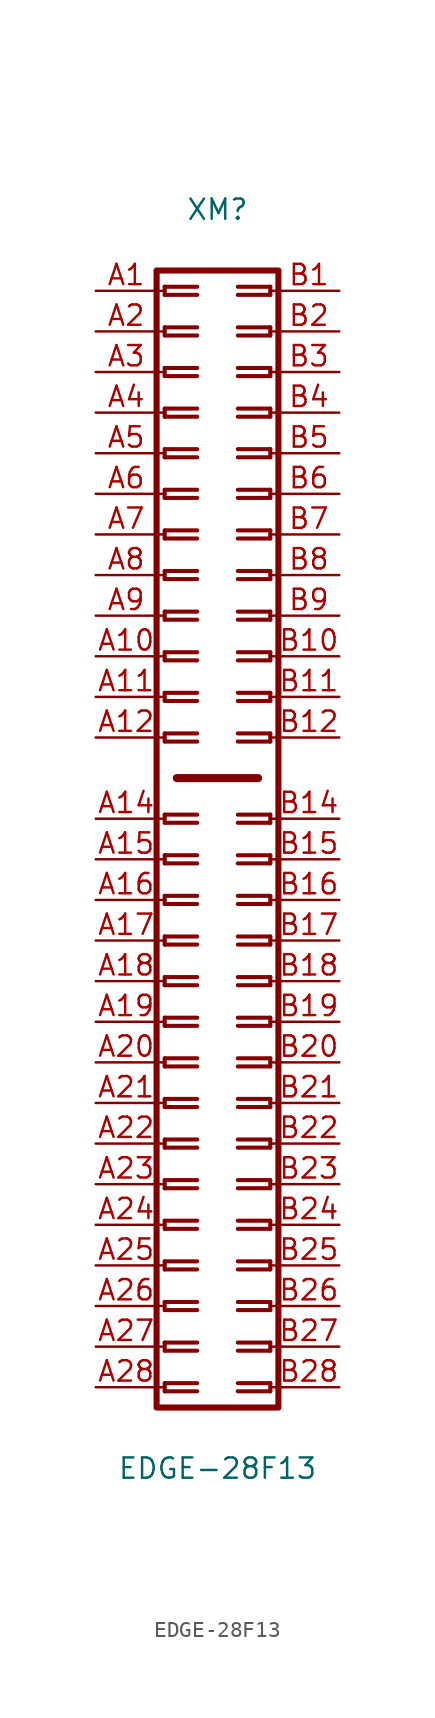
<source format=kicad_sym>
(kicad_symbol_lib
  (version 20231120)
  (generator "kicad_symbol_editor")
  (generator_version "8.0")
  (symbol "EDGE-28F13"
    (pin_names
      (offset 1.016))
    (property "Reference" "XM"
      (at 0 39.37 0)
      (effects (font (size 1.27 1.27))))
    (property "Value" "EDGE-28F13"
      (at 0 -39.37 0)
      (effects (font (size 1.27 1.27))))
    (symbol "EDGE-28F13_0_0"
      (polyline (pts (xy -2.54 3.81) (xy 2.54 3.81)) (stroke (width 0.508) (type default)) (fill (type none))))
    (symbol "EDGE-28F13_0_1"
      (rectangle (start -3.81 35.56) (end 3.81 -35.56) (stroke (width 0.381) (type default)) (fill (type none)))
      (polyline (pts (xy -3.81 -34.29) (xy -3.302 -34.29)) (stroke (width 0) (type default)) (fill (type none)))
      (polyline (pts (xy -3.81 -31.75) (xy -3.302 -31.75)) (stroke (width 0) (type default)) (fill (type none)))
      (polyline (pts (xy -3.81 -29.21) (xy -3.302 -29.21)) (stroke (width 0) (type default)) (fill (type none)))
      (polyline (pts (xy -3.81 -26.67) (xy -3.302 -26.67)) (stroke (width 0) (type default)) (fill (type none)))
      (polyline (pts (xy -3.81 -24.13) (xy -3.302 -24.13)) (stroke (width 0) (type default)) (fill (type none)))
      (polyline (pts (xy -3.81 -21.59) (xy -3.302 -21.59)) (stroke (width 0) (type default)) (fill (type none)))
      (polyline (pts (xy -3.81 -19.05) (xy -3.302 -19.05)) (stroke (width 0) (type default)) (fill (type none)))
      (polyline (pts (xy -3.81 -16.51) (xy -3.302 -16.51)) (stroke (width 0) (type default)) (fill (type none)))
      (polyline (pts (xy -3.81 -13.97) (xy -3.302 -13.97)) (stroke (width 0) (type default)) (fill (type none)))
      (polyline (pts (xy -3.81 -11.43) (xy -3.302 -11.43)) (stroke (width 0) (type default)) (fill (type none)))
      (polyline (pts (xy -3.81 -8.89) (xy -3.302 -8.89)) (stroke (width 0) (type default)) (fill (type none)))
      (polyline (pts (xy -3.81 -6.35) (xy -3.302 -6.35)) (stroke (width 0) (type default)) (fill (type none)))
      (polyline (pts (xy -3.81 -3.81) (xy -3.302 -3.81)) (stroke (width 0) (type default)) (fill (type none)))
      (polyline (pts (xy -3.81 -1.27) (xy -3.302 -1.27)) (stroke (width 0) (type default)) (fill (type none)))
      (polyline (pts (xy -3.81 1.27) (xy -3.302 1.27)) (stroke (width 0) (type default)) (fill (type none)))
      (polyline (pts (xy -3.81 6.35) (xy -3.302 6.35)) (stroke (width 0) (type default)) (fill (type none)))
      (polyline (pts (xy -3.81 8.89) (xy -3.302 8.89)) (stroke (width 0) (type default)) (fill (type none)))
      (polyline (pts (xy -3.81 11.43) (xy -3.302 11.43)) (stroke (width 0) (type default)) (fill (type none)))
      (polyline (pts (xy -3.81 13.97) (xy -3.302 13.97)) (stroke (width 0) (type default)) (fill (type none)))
      (polyline (pts (xy -3.81 16.51) (xy -3.302 16.51)) (stroke (width 0) (type default)) (fill (type none)))
      (polyline (pts (xy -3.81 19.05) (xy -3.302 19.05)) (stroke (width 0) (type default)) (fill (type none)))
      (polyline (pts (xy -3.81 21.59) (xy -3.302 21.59)) (stroke (width 0) (type default)) (fill (type none)))
      (polyline (pts (xy -3.81 24.13) (xy -3.302 24.13)) (stroke (width 0) (type default)) (fill (type none)))
      (polyline (pts (xy -3.81 26.67) (xy -3.302 26.67)) (stroke (width 0) (type default)) (fill (type none)))
      (polyline (pts (xy -3.81 29.21) (xy -3.302 29.21)) (stroke (width 0) (type default)) (fill (type none)))
      (polyline (pts (xy -3.81 31.75) (xy -3.302 31.75)) (stroke (width 0) (type default)) (fill (type none)))
      (polyline (pts (xy -3.81 34.29) (xy -3.302 34.29)) (stroke (width 0) (type default)) (fill (type none)))
      (polyline (pts (xy -3.302 -34.544) (xy -3.302 -34.036)) (stroke (width 0.254) (type default)) (fill (type none)))
      (polyline (pts (xy -3.302 -34.544) (xy -1.27 -34.544)) (stroke (width 0.254) (type default)) (fill (type none)))
      (polyline (pts (xy -3.302 -34.036) (xy -1.27 -34.036)) (stroke (width 0.254) (type default)) (fill (type none)))
      (polyline (pts (xy -3.302 -32.004) (xy -3.302 -31.496)) (stroke (width 0.254) (type default)) (fill (type none)))
      (polyline (pts (xy -3.302 -32.004) (xy -1.27 -32.004)) (stroke (width 0.254) (type default)) (fill (type none)))
      (polyline (pts (xy -3.302 -31.496) (xy -1.27 -31.496)) (stroke (width 0.254) (type default)) (fill (type none)))
      (polyline (pts (xy -3.302 -29.464) (xy -3.302 -28.956)) (stroke (width 0.254) (type default)) (fill (type none)))
      (polyline (pts (xy -3.302 -29.464) (xy -1.27 -29.464)) (stroke (width 0.254) (type default)) (fill (type none)))
      (polyline (pts (xy -3.302 -28.956) (xy -1.27 -28.956)) (stroke (width 0.254) (type default)) (fill (type none)))
      (polyline (pts (xy -3.302 -26.924) (xy -3.302 -26.416)) (stroke (width 0.254) (type default)) (fill (type none)))
      (polyline (pts (xy -3.302 -26.924) (xy -1.27 -26.924)) (stroke (width 0.254) (type default)) (fill (type none)))
      (polyline (pts (xy -3.302 -26.416) (xy -1.27 -26.416)) (stroke (width 0.254) (type default)) (fill (type none)))
      (polyline (pts (xy -3.302 -24.384) (xy -3.302 -23.876)) (stroke (width 0.254) (type default)) (fill (type none)))
      (polyline (pts (xy -3.302 -24.384) (xy -1.27 -24.384)) (stroke (width 0.254) (type default)) (fill (type none)))
      (polyline (pts (xy -3.302 -23.876) (xy -1.27 -23.876)) (stroke (width 0.254) (type default)) (fill (type none)))
      (polyline (pts (xy -3.302 -21.844) (xy -3.302 -21.336)) (stroke (width 0.254) (type default)) (fill (type none)))
      (polyline (pts (xy -3.302 -21.844) (xy -1.27 -21.844)) (stroke (width 0.254) (type default)) (fill (type none)))
      (polyline (pts (xy -3.302 -21.336) (xy -1.27 -21.336)) (stroke (width 0.254) (type default)) (fill (type none)))
      (polyline (pts (xy -3.302 -19.304) (xy -3.302 -18.796)) (stroke (width 0.254) (type default)) (fill (type none)))
      (polyline (pts (xy -3.302 -19.304) (xy -1.27 -19.304)) (stroke (width 0.254) (type default)) (fill (type none)))
      (polyline (pts (xy -3.302 -18.796) (xy -1.27 -18.796)) (stroke (width 0.254) (type default)) (fill (type none)))
      (polyline (pts (xy -3.302 -16.764) (xy -3.302 -16.256)) (stroke (width 0.254) (type default)) (fill (type none)))
      (polyline (pts (xy -3.302 -16.764) (xy -1.27 -16.764)) (stroke (width 0.254) (type default)) (fill (type none)))
      (polyline (pts (xy -3.302 -16.256) (xy -1.27 -16.256)) (stroke (width 0.254) (type default)) (fill (type none)))
      (polyline (pts (xy -3.302 -14.224) (xy -3.302 -13.716)) (stroke (width 0.254) (type default)) (fill (type none)))
      (polyline (pts (xy -3.302 -14.224) (xy -1.27 -14.224)) (stroke (width 0.254) (type default)) (fill (type none)))
      (polyline (pts (xy -3.302 -13.716) (xy -1.27 -13.716)) (stroke (width 0.254) (type default)) (fill (type none)))
      (polyline (pts (xy -3.302 -11.684) (xy -3.302 -11.176)) (stroke (width 0.254) (type default)) (fill (type none)))
      (polyline (pts (xy -3.302 -11.684) (xy -1.27 -11.684)) (stroke (width 0.254) (type default)) (fill (type none)))
      (polyline (pts (xy -3.302 -11.176) (xy -1.27 -11.176)) (stroke (width 0.254) (type default)) (fill (type none)))
      (polyline (pts (xy -3.302 -9.144) (xy -3.302 -8.636)) (stroke (width 0.254) (type default)) (fill (type none)))
      (polyline (pts (xy -3.302 -9.144) (xy -1.27 -9.144)) (stroke (width 0.254) (type default)) (fill (type none)))
      (polyline (pts (xy -3.302 -8.636) (xy -1.27 -8.636)) (stroke (width 0.254) (type default)) (fill (type none)))
      (polyline (pts (xy -3.302 -6.604) (xy -3.302 -6.096)) (stroke (width 0.254) (type default)) (fill (type none)))
      (polyline (pts (xy -3.302 -6.604) (xy -1.27 -6.604)) (stroke (width 0.254) (type default)) (fill (type none)))
      (polyline (pts (xy -3.302 -6.096) (xy -1.27 -6.096)) (stroke (width 0.254) (type default)) (fill (type none)))
      (polyline (pts (xy -3.302 -4.064) (xy -3.302 -3.556)) (stroke (width 0.254) (type default)) (fill (type none)))
      (polyline (pts (xy -3.302 -4.064) (xy -1.27 -4.064)) (stroke (width 0.254) (type default)) (fill (type none)))
      (polyline (pts (xy -3.302 -3.556) (xy -1.27 -3.556)) (stroke (width 0.254) (type default)) (fill (type none)))
      (polyline (pts (xy -3.302 -1.524) (xy -3.302 -1.016)) (stroke (width 0.254) (type default)) (fill (type none)))
      (polyline (pts (xy -3.302 -1.524) (xy -1.27 -1.524)) (stroke (width 0.254) (type default)) (fill (type none)))
      (polyline (pts (xy -3.302 -1.016) (xy -1.27 -1.016)) (stroke (width 0.254) (type default)) (fill (type none)))
      (polyline (pts (xy -3.302 1.016) (xy -3.302 1.524)) (stroke (width 0.254) (type default)) (fill (type none)))
      (polyline (pts (xy -3.302 1.016) (xy -1.27 1.016)) (stroke (width 0.254) (type default)) (fill (type none)))
      (polyline (pts (xy -3.302 1.524) (xy -1.27 1.524)) (stroke (width 0.254) (type default)) (fill (type none)))
      (polyline (pts (xy -3.302 6.096) (xy -3.302 6.604)) (stroke (width 0.254) (type default)) (fill (type none)))
      (polyline (pts (xy -3.302 6.096) (xy -1.27 6.096)) (stroke (width 0.254) (type default)) (fill (type none)))
      (polyline (pts (xy -3.302 6.604) (xy -1.27 6.604)) (stroke (width 0.254) (type default)) (fill (type none)))
      (polyline (pts (xy -3.302 8.636) (xy -3.302 9.144)) (stroke (width 0.254) (type default)) (fill (type none)))
      (polyline (pts (xy -3.302 8.636) (xy -1.27 8.636)) (stroke (width 0.254) (type default)) (fill (type none)))
      (polyline (pts (xy -3.302 9.144) (xy -1.27 9.144)) (stroke (width 0.254) (type default)) (fill (type none)))
      (polyline (pts (xy -3.302 11.176) (xy -3.302 11.684)) (stroke (width 0.254) (type default)) (fill (type none)))
      (polyline (pts (xy -3.302 11.176) (xy -1.27 11.176)) (stroke (width 0.254) (type default)) (fill (type none)))
      (polyline (pts (xy -3.302 11.684) (xy -1.27 11.684)) (stroke (width 0.254) (type default)) (fill (type none)))
      (polyline (pts (xy -3.302 13.716) (xy -3.302 14.224)) (stroke (width 0.254) (type default)) (fill (type none)))
      (polyline (pts (xy -3.302 13.716) (xy -1.27 13.716)) (stroke (width 0.254) (type default)) (fill (type none)))
      (polyline (pts (xy -3.302 14.224) (xy -1.27 14.224)) (stroke (width 0.254) (type default)) (fill (type none)))
      (polyline (pts (xy -3.302 16.256) (xy -3.302 16.764)) (stroke (width 0.254) (type default)) (fill (type none)))
      (polyline (pts (xy -3.302 16.256) (xy -1.27 16.256)) (stroke (width 0.254) (type default)) (fill (type none)))
      (polyline (pts (xy -3.302 16.764) (xy -1.27 16.764)) (stroke (width 0.254) (type default)) (fill (type none)))
      (polyline (pts (xy -3.302 18.796) (xy -3.302 19.304)) (stroke (width 0.254) (type default)) (fill (type none)))
      (polyline (pts (xy -3.302 18.796) (xy -1.27 18.796)) (stroke (width 0.254) (type default)) (fill (type none)))
      (polyline (pts (xy -3.302 19.304) (xy -1.27 19.304)) (stroke (width 0.254) (type default)) (fill (type none)))
      (polyline (pts (xy -3.302 21.336) (xy -3.302 21.844)) (stroke (width 0.254) (type default)) (fill (type none)))
      (polyline (pts (xy -3.302 21.336) (xy -1.27 21.336)) (stroke (width 0.254) (type default)) (fill (type none)))
      (polyline (pts (xy -3.302 21.844) (xy -1.27 21.844)) (stroke (width 0.254) (type default)) (fill (type none)))
      (polyline (pts (xy -3.302 23.876) (xy -3.302 24.384)) (stroke (width 0.254) (type default)) (fill (type none)))
      (polyline (pts (xy -3.302 23.876) (xy -1.27 23.876)) (stroke (width 0.254) (type default)) (fill (type none)))
      (polyline (pts (xy -3.302 24.384) (xy -1.27 24.384)) (stroke (width 0.254) (type default)) (fill (type none)))
      (polyline (pts (xy -3.302 26.416) (xy -3.302 26.924)) (stroke (width 0.254) (type default)) (fill (type none)))
      (polyline (pts (xy -3.302 26.416) (xy -1.27 26.416)) (stroke (width 0.254) (type default)) (fill (type none)))
      (polyline (pts (xy -3.302 26.924) (xy -1.27 26.924)) (stroke (width 0.254) (type default)) (fill (type none)))
      (polyline (pts (xy -3.302 28.956) (xy -3.302 29.464)) (stroke (width 0.254) (type default)) (fill (type none)))
      (polyline (pts (xy -3.302 28.956) (xy -1.27 28.956)) (stroke (width 0.254) (type default)) (fill (type none)))
      (polyline (pts (xy -3.302 29.464) (xy -1.27 29.464)) (stroke (width 0.254) (type default)) (fill (type none)))
      (polyline (pts (xy -3.302 31.496) (xy -3.302 32.004)) (stroke (width 0.254) (type default)) (fill (type none)))
      (polyline (pts (xy -3.302 31.496) (xy -1.27 31.496)) (stroke (width 0.254) (type default)) (fill (type none)))
      (polyline (pts (xy -3.302 32.004) (xy -1.27 32.004)) (stroke (width 0.254) (type default)) (fill (type none)))
      (polyline (pts (xy -3.302 34.036) (xy -3.302 34.544)) (stroke (width 0.254) (type default)) (fill (type none)))
      (polyline (pts (xy -3.302 34.036) (xy -1.27 34.036)) (stroke (width 0.254) (type default)) (fill (type none)))
      (polyline (pts (xy -3.302 34.544) (xy -1.27 34.544)) (stroke (width 0.254) (type default)) (fill (type none)))
      (polyline (pts (xy 3.302 -34.544) (xy 1.27 -34.544)) (stroke (width 0.254) (type default)) (fill (type none)))
      (polyline (pts (xy 3.302 -34.544) (xy 3.302 -34.036)) (stroke (width 0.254) (type default)) (fill (type none)))
      (polyline (pts (xy 3.302 -34.036) (xy 1.27 -34.036)) (stroke (width 0.254) (type default)) (fill (type none)))
      (polyline (pts (xy 3.302 -32.004) (xy 1.27 -32.004)) (stroke (width 0.254) (type default)) (fill (type none)))
      (polyline (pts (xy 3.302 -32.004) (xy 3.302 -31.496)) (stroke (width 0.254) (type default)) (fill (type none)))
      (polyline (pts (xy 3.302 -31.496) (xy 1.27 -31.496)) (stroke (width 0.254) (type default)) (fill (type none)))
      (polyline (pts (xy 3.302 -29.464) (xy 1.27 -29.464)) (stroke (width 0.254) (type default)) (fill (type none)))
      (polyline (pts (xy 3.302 -29.464) (xy 3.302 -28.956)) (stroke (width 0.254) (type default)) (fill (type none)))
      (polyline (pts (xy 3.302 -28.956) (xy 1.27 -28.956)) (stroke (width 0.254) (type default)) (fill (type none)))
      (polyline (pts (xy 3.302 -26.924) (xy 1.27 -26.924)) (stroke (width 0.254) (type default)) (fill (type none)))
      (polyline (pts (xy 3.302 -26.924) (xy 3.302 -26.416)) (stroke (width 0.254) (type default)) (fill (type none)))
      (polyline (pts (xy 3.302 -26.416) (xy 1.27 -26.416)) (stroke (width 0.254) (type default)) (fill (type none)))
      (polyline (pts (xy 3.302 -24.384) (xy 1.27 -24.384)) (stroke (width 0.254) (type default)) (fill (type none)))
      (polyline (pts (xy 3.302 -24.384) (xy 3.302 -23.876)) (stroke (width 0.254) (type default)) (fill (type none)))
      (polyline (pts (xy 3.302 -23.876) (xy 1.27 -23.876)) (stroke (width 0.254) (type default)) (fill (type none)))
      (polyline (pts (xy 3.302 -21.844) (xy 1.27 -21.844)) (stroke (width 0.254) (type default)) (fill (type none)))
      (polyline (pts (xy 3.302 -21.844) (xy 3.302 -21.336)) (stroke (width 0.254) (type default)) (fill (type none)))
      (polyline (pts (xy 3.302 -21.336) (xy 1.27 -21.336)) (stroke (width 0.254) (type default)) (fill (type none)))
      (polyline (pts (xy 3.302 -19.304) (xy 1.27 -19.304)) (stroke (width 0.254) (type default)) (fill (type none)))
      (polyline (pts (xy 3.302 -19.304) (xy 3.302 -18.796)) (stroke (width 0.254) (type default)) (fill (type none)))
      (polyline (pts (xy 3.302 -18.796) (xy 1.27 -18.796)) (stroke (width 0.254) (type default)) (fill (type none)))
      (polyline (pts (xy 3.302 -16.764) (xy 1.27 -16.764)) (stroke (width 0.254) (type default)) (fill (type none)))
      (polyline (pts (xy 3.302 -16.764) (xy 3.302 -16.256)) (stroke (width 0.254) (type default)) (fill (type none)))
      (polyline (pts (xy 3.302 -16.256) (xy 1.27 -16.256)) (stroke (width 0.254) (type default)) (fill (type none)))
      (polyline (pts (xy 3.302 -14.224) (xy 1.27 -14.224)) (stroke (width 0.254) (type default)) (fill (type none)))
      (polyline (pts (xy 3.302 -14.224) (xy 3.302 -13.716)) (stroke (width 0.254) (type default)) (fill (type none)))
      (polyline (pts (xy 3.302 -13.716) (xy 1.27 -13.716)) (stroke (width 0.254) (type default)) (fill (type none)))
      (polyline (pts (xy 3.302 -11.684) (xy 1.27 -11.684)) (stroke (width 0.254) (type default)) (fill (type none)))
      (polyline (pts (xy 3.302 -11.684) (xy 3.302 -11.176)) (stroke (width 0.254) (type default)) (fill (type none)))
      (polyline (pts (xy 3.302 -11.176) (xy 1.27 -11.176)) (stroke (width 0.254) (type default)) (fill (type none)))
      (polyline (pts (xy 3.302 -9.144) (xy 1.27 -9.144)) (stroke (width 0.254) (type default)) (fill (type none)))
      (polyline (pts (xy 3.302 -9.144) (xy 3.302 -8.636)) (stroke (width 0.254) (type default)) (fill (type none)))
      (polyline (pts (xy 3.302 -8.636) (xy 1.27 -8.636)) (stroke (width 0.254) (type default)) (fill (type none)))
      (polyline (pts (xy 3.302 -6.604) (xy 1.27 -6.604)) (stroke (width 0.254) (type default)) (fill (type none)))
      (polyline (pts (xy 3.302 -6.604) (xy 3.302 -6.096)) (stroke (width 0.254) (type default)) (fill (type none)))
      (polyline (pts (xy 3.302 -6.096) (xy 1.27 -6.096)) (stroke (width 0.254) (type default)) (fill (type none)))
      (polyline (pts (xy 3.302 -4.064) (xy 1.27 -4.064)) (stroke (width 0.254) (type default)) (fill (type none)))
      (polyline (pts (xy 3.302 -4.064) (xy 3.302 -3.556)) (stroke (width 0.254) (type default)) (fill (type none)))
      (polyline (pts (xy 3.302 -3.556) (xy 1.27 -3.556)) (stroke (width 0.254) (type default)) (fill (type none)))
      (polyline (pts (xy 3.302 -1.524) (xy 1.27 -1.524)) (stroke (width 0.254) (type default)) (fill (type none)))
      (polyline (pts (xy 3.302 -1.524) (xy 3.302 -1.016)) (stroke (width 0.254) (type default)) (fill (type none)))
      (polyline (pts (xy 3.302 -1.016) (xy 1.27 -1.016)) (stroke (width 0.254) (type default)) (fill (type none)))
      (polyline (pts (xy 3.302 1.016) (xy 1.27 1.016)) (stroke (width 0.254) (type default)) (fill (type none)))
      (polyline (pts (xy 3.302 1.016) (xy 3.302 1.524)) (stroke (width 0.254) (type default)) (fill (type none)))
      (polyline (pts (xy 3.302 1.524) (xy 1.27 1.524)) (stroke (width 0.254) (type default)) (fill (type none)))
      (polyline (pts (xy 3.302 6.096) (xy 1.27 6.096)) (stroke (width 0.254) (type default)) (fill (type none)))
      (polyline (pts (xy 3.302 6.096) (xy 3.302 6.604)) (stroke (width 0.254) (type default)) (fill (type none)))
      (polyline (pts (xy 3.302 6.604) (xy 1.27 6.604)) (stroke (width 0.254) (type default)) (fill (type none)))
      (polyline (pts (xy 3.302 8.636) (xy 1.27 8.636)) (stroke (width 0.254) (type default)) (fill (type none)))
      (polyline (pts (xy 3.302 8.636) (xy 3.302 9.144)) (stroke (width 0.254) (type default)) (fill (type none)))
      (polyline (pts (xy 3.302 9.144) (xy 1.27 9.144)) (stroke (width 0.254) (type default)) (fill (type none)))
      (polyline (pts (xy 3.302 11.176) (xy 1.27 11.176)) (stroke (width 0.254) (type default)) (fill (type none)))
      (polyline (pts (xy 3.302 11.176) (xy 3.302 11.684)) (stroke (width 0.254) (type default)) (fill (type none)))
      (polyline (pts (xy 3.302 11.684) (xy 1.27 11.684)) (stroke (width 0.254) (type default)) (fill (type none)))
      (polyline (pts (xy 3.302 13.716) (xy 1.27 13.716)) (stroke (width 0.254) (type default)) (fill (type none)))
      (polyline (pts (xy 3.302 13.716) (xy 3.302 14.224)) (stroke (width 0.254) (type default)) (fill (type none)))
      (polyline (pts (xy 3.302 14.224) (xy 1.27 14.224)) (stroke (width 0.254) (type default)) (fill (type none)))
      (polyline (pts (xy 3.302 16.256) (xy 1.27 16.256)) (stroke (width 0.254) (type default)) (fill (type none)))
      (polyline (pts (xy 3.302 16.256) (xy 3.302 16.764)) (stroke (width 0.254) (type default)) (fill (type none)))
      (polyline (pts (xy 3.302 16.764) (xy 1.27 16.764)) (stroke (width 0.254) (type default)) (fill (type none)))
      (polyline (pts (xy 3.302 18.796) (xy 1.27 18.796)) (stroke (width 0.254) (type default)) (fill (type none)))
      (polyline (pts (xy 3.302 18.796) (xy 3.302 19.304)) (stroke (width 0.254) (type default)) (fill (type none)))
      (polyline (pts (xy 3.302 19.304) (xy 1.27 19.304)) (stroke (width 0.254) (type default)) (fill (type none)))
      (polyline (pts (xy 3.302 21.336) (xy 1.27 21.336)) (stroke (width 0.254) (type default)) (fill (type none)))
      (polyline (pts (xy 3.302 21.336) (xy 3.302 21.844)) (stroke (width 0.254) (type default)) (fill (type none)))
      (polyline (pts (xy 3.302 21.844) (xy 1.27 21.844)) (stroke (width 0.254) (type default)) (fill (type none)))
      (polyline (pts (xy 3.302 23.876) (xy 1.27 23.876)) (stroke (width 0.254) (type default)) (fill (type none)))
      (polyline (pts (xy 3.302 23.876) (xy 3.302 24.384)) (stroke (width 0.254) (type default)) (fill (type none)))
      (polyline (pts (xy 3.302 24.384) (xy 1.27 24.384)) (stroke (width 0.254) (type default)) (fill (type none)))
      (polyline (pts (xy 3.302 26.416) (xy 1.27 26.416)) (stroke (width 0.254) (type default)) (fill (type none)))
      (polyline (pts (xy 3.302 26.416) (xy 3.302 26.924)) (stroke (width 0.254) (type default)) (fill (type none)))
      (polyline (pts (xy 3.302 26.924) (xy 1.27 26.924)) (stroke (width 0.254) (type default)) (fill (type none)))
      (polyline (pts (xy 3.302 28.956) (xy 1.27 28.956)) (stroke (width 0.254) (type default)) (fill (type none)))
      (polyline (pts (xy 3.302 28.956) (xy 3.302 29.464)) (stroke (width 0.254) (type default)) (fill (type none)))
      (polyline (pts (xy 3.302 29.464) (xy 1.27 29.464)) (stroke (width 0.254) (type default)) (fill (type none)))
      (polyline (pts (xy 3.302 31.496) (xy 1.27 31.496)) (stroke (width 0.254) (type default)) (fill (type none)))
      (polyline (pts (xy 3.302 31.496) (xy 3.302 32.004)) (stroke (width 0.254) (type default)) (fill (type none)))
      (polyline (pts (xy 3.302 32.004) (xy 1.27 32.004)) (stroke (width 0.254) (type default)) (fill (type none)))
      (polyline (pts (xy 3.302 34.036) (xy 1.27 34.036)) (stroke (width 0.254) (type default)) (fill (type none)))
      (polyline (pts (xy 3.302 34.036) (xy 3.302 34.544)) (stroke (width 0.254) (type default)) (fill (type none)))
      (polyline (pts (xy 3.302 34.544) (xy 1.27 34.544)) (stroke (width 0.254) (type default)) (fill (type none)))
      (polyline (pts (xy 3.81 -34.29) (xy 3.302 -34.29)) (stroke (width 0) (type default)) (fill (type none)))
      (polyline (pts (xy 3.81 -31.75) (xy 3.302 -31.75)) (stroke (width 0) (type default)) (fill (type none)))
      (polyline (pts (xy 3.81 -29.21) (xy 3.302 -29.21)) (stroke (width 0) (type default)) (fill (type none)))
      (polyline (pts (xy 3.81 -26.67) (xy 3.302 -26.67)) (stroke (width 0) (type default)) (fill (type none)))
      (polyline (pts (xy 3.81 -24.13) (xy 3.302 -24.13)) (stroke (width 0) (type default)) (fill (type none)))
      (polyline (pts (xy 3.81 -21.59) (xy 3.302 -21.59)) (stroke (width 0) (type default)) (fill (type none)))
      (polyline (pts (xy 3.81 -19.05) (xy 3.302 -19.05)) (stroke (width 0) (type default)) (fill (type none)))
      (polyline (pts (xy 3.81 -16.51) (xy 3.302 -16.51)) (stroke (width 0) (type default)) (fill (type none)))
      (polyline (pts (xy 3.81 -13.97) (xy 3.302 -13.97)) (stroke (width 0) (type default)) (fill (type none)))
      (polyline (pts (xy 3.81 -11.43) (xy 3.302 -11.43)) (stroke (width 0) (type default)) (fill (type none)))
      (polyline (pts (xy 3.81 -8.89) (xy 3.302 -8.89)) (stroke (width 0) (type default)) (fill (type none)))
      (polyline (pts (xy 3.81 -6.35) (xy 3.302 -6.35)) (stroke (width 0) (type default)) (fill (type none)))
      (polyline (pts (xy 3.81 -3.81) (xy 3.302 -3.81)) (stroke (width 0) (type default)) (fill (type none)))
      (polyline (pts (xy 3.81 -1.27) (xy 3.302 -1.27)) (stroke (width 0) (type default)) (fill (type none)))
      (polyline (pts (xy 3.81 1.27) (xy 3.302 1.27)) (stroke (width 0) (type default)) (fill (type none)))
      (polyline (pts (xy 3.81 6.35) (xy 3.302 6.35)) (stroke (width 0) (type default)) (fill (type none)))
      (polyline (pts (xy 3.81 8.89) (xy 3.302 8.89)) (stroke (width 0) (type default)) (fill (type none)))
      (polyline (pts (xy 3.81 11.43) (xy 3.302 11.43)) (stroke (width 0) (type default)) (fill (type none)))
      (polyline (pts (xy 3.81 13.97) (xy 3.302 13.97)) (stroke (width 0) (type default)) (fill (type none)))
      (polyline (pts (xy 3.81 16.51) (xy 3.302 16.51)) (stroke (width 0) (type default)) (fill (type none)))
      (polyline (pts (xy 3.81 19.05) (xy 3.302 19.05)) (stroke (width 0) (type default)) (fill (type none)))
      (polyline (pts (xy 3.81 21.59) (xy 3.302 21.59)) (stroke (width 0) (type default)) (fill (type none)))
      (polyline (pts (xy 3.81 24.13) (xy 3.302 24.13)) (stroke (width 0) (type default)) (fill (type none)))
      (polyline (pts (xy 3.81 26.67) (xy 3.302 26.67)) (stroke (width 0) (type default)) (fill (type none)))
      (polyline (pts (xy 3.81 29.21) (xy 3.302 29.21)) (stroke (width 0) (type default)) (fill (type none)))
      (polyline (pts (xy 3.81 31.75) (xy 3.302 31.75)) (stroke (width 0) (type default)) (fill (type none)))
      (polyline (pts (xy 3.81 34.29) (xy 3.302 34.29)) (stroke (width 0) (type default)) (fill (type none))))
    (symbol "EDGE-28F13_1_1"
      (pin passive line (at -7.62 34.29 0) (length 3.81) (name "~" (effects (font (size 1.27 1.27)))) (number "A1" (effects (font (size 1.27 1.27)))))
      (pin passive line (at -7.62 11.43 0) (length 3.81) (name "~" (effects (font (size 1.27 1.27)))) (number "A10" (effects (font (size 1.27 1.27)))))
      (pin passive line (at -7.62 8.89 0) (length 3.81) (name "~" (effects (font (size 1.27 1.27)))) (number "A11" (effects (font (size 1.27 1.27)))))
      (pin passive line (at -7.62 6.35 0) (length 3.81) (name "~" (effects (font (size 1.27 1.27)))) (number "A12" (effects (font (size 1.27 1.27)))))
      (pin passive line (at -7.62 1.27 0) (length 3.81) (name "~" (effects (font (size 1.27 1.27)))) (number "A14" (effects (font (size 1.27 1.27)))))
      (pin passive line (at -7.62 -1.27 0) (length 3.81) (name "~" (effects (font (size 1.27 1.27)))) (number "A15" (effects (font (size 1.27 1.27)))))
      (pin passive line (at -7.62 -3.81 0) (length 3.81) (name "~" (effects (font (size 1.27 1.27)))) (number "A16" (effects (font (size 1.27 1.27)))))
      (pin passive line (at -7.62 -6.35 0) (length 3.81) (name "~" (effects (font (size 1.27 1.27)))) (number "A17" (effects (font (size 1.27 1.27)))))
      (pin passive line (at -7.62 -8.89 0) (length 3.81) (name "~" (effects (font (size 1.27 1.27)))) (number "A18" (effects (font (size 1.27 1.27)))))
      (pin passive line (at -7.62 -11.43 0) (length 3.81) (name "~" (effects (font (size 1.27 1.27)))) (number "A19" (effects (font (size 1.27 1.27)))))
      (pin passive line (at -7.62 31.75 0) (length 3.81) (name "~" (effects (font (size 1.27 1.27)))) (number "A2" (effects (font (size 1.27 1.27)))))
      (pin passive line (at -7.62 -13.97 0) (length 3.81) (name "~" (effects (font (size 1.27 1.27)))) (number "A20" (effects (font (size 1.27 1.27)))))
      (pin passive line (at -7.62 -16.51 0) (length 3.81) (name "~" (effects (font (size 1.27 1.27)))) (number "A21" (effects (font (size 1.27 1.27)))))
      (pin passive line (at -7.62 -19.05 0) (length 3.81) (name "~" (effects (font (size 1.27 1.27)))) (number "A22" (effects (font (size 1.27 1.27)))))
      (pin passive line (at -7.62 -21.59 0) (length 3.81) (name "~" (effects (font (size 1.27 1.27)))) (number "A23" (effects (font (size 1.27 1.27)))))
      (pin passive line (at -7.62 -24.13 0) (length 3.81) (name "~" (effects (font (size 1.27 1.27)))) (number "A24" (effects (font (size 1.27 1.27)))))
      (pin passive line (at -7.62 -26.67 0) (length 3.81) (name "~" (effects (font (size 1.27 1.27)))) (number "A25" (effects (font (size 1.27 1.27)))))
      (pin passive line (at -7.62 -29.21 0) (length 3.81) (name "~" (effects (font (size 1.27 1.27)))) (number "A26" (effects (font (size 1.27 1.27)))))
      (pin passive line (at -7.62 -31.75 0) (length 3.81) (name "~" (effects (font (size 1.27 1.27)))) (number "A27" (effects (font (size 1.27 1.27)))))
      (pin passive line (at -7.62 -34.29 0) (length 3.81) (name "~" (effects (font (size 1.27 1.27)))) (number "A28" (effects (font (size 1.27 1.27)))))
      (pin passive line (at -7.62 29.21 0) (length 3.81) (name "~" (effects (font (size 1.27 1.27)))) (number "A3" (effects (font (size 1.27 1.27)))))
      (pin passive line (at -7.62 26.67 0) (length 3.81) (name "~" (effects (font (size 1.27 1.27)))) (number "A4" (effects (font (size 1.27 1.27)))))
      (pin passive line (at -7.62 24.13 0) (length 3.81) (name "~" (effects (font (size 1.27 1.27)))) (number "A5" (effects (font (size 1.27 1.27)))))
      (pin passive line (at -7.62 21.59 0) (length 3.81) (name "~" (effects (font (size 1.27 1.27)))) (number "A6" (effects (font (size 1.27 1.27)))))
      (pin passive line (at -7.62 19.05 0) (length 3.81) (name "~" (effects (font (size 1.27 1.27)))) (number "A7" (effects (font (size 1.27 1.27)))))
      (pin passive line (at -7.62 16.51 0) (length 3.81) (name "~" (effects (font (size 1.27 1.27)))) (number "A8" (effects (font (size 1.27 1.27)))))
      (pin passive line (at -7.62 13.97 0) (length 3.81) (name "~" (effects (font (size 1.27 1.27)))) (number "A9" (effects (font (size 1.27 1.27)))))
      (pin passive line (at 7.62 34.29 180) (length 3.81) (name "~" (effects (font (size 1.27 1.27)))) (number "B1" (effects (font (size 1.27 1.27)))))
      (pin passive line (at 7.62 11.43 180) (length 3.81) (name "~" (effects (font (size 1.27 1.27)))) (number "B10" (effects (font (size 1.27 1.27)))))
      (pin passive line (at 7.62 8.89 180) (length 3.81) (name "~" (effects (font (size 1.27 1.27)))) (number "B11" (effects (font (size 1.27 1.27)))))
      (pin passive line (at 7.62 6.35 180) (length 3.81) (name "~" (effects (font (size 1.27 1.27)))) (number "B12" (effects (font (size 1.27 1.27)))))
      (pin passive line (at 7.62 1.27 180) (length 3.81) (name "~" (effects (font (size 1.27 1.27)))) (number "B14" (effects (font (size 1.27 1.27)))))
      (pin passive line (at 7.62 -1.27 180) (length 3.81) (name "~" (effects (font (size 1.27 1.27)))) (number "B15" (effects (font (size 1.27 1.27)))))
      (pin passive line (at 7.62 -3.81 180) (length 3.81) (name "~" (effects (font (size 1.27 1.27)))) (number "B16" (effects (font (size 1.27 1.27)))))
      (pin passive line (at 7.62 -6.35 180) (length 3.81) (name "~" (effects (font (size 1.27 1.27)))) (number "B17" (effects (font (size 1.27 1.27)))))
      (pin passive line (at 7.62 -8.89 180) (length 3.81) (name "~" (effects (font (size 1.27 1.27)))) (number "B18" (effects (font (size 1.27 1.27)))))
      (pin passive line (at 7.62 -11.43 180) (length 3.81) (name "~" (effects (font (size 1.27 1.27)))) (number "B19" (effects (font (size 1.27 1.27)))))
      (pin passive line (at 7.62 31.75 180) (length 3.81) (name "~" (effects (font (size 1.27 1.27)))) (number "B2" (effects (font (size 1.27 1.27)))))
      (pin passive line (at 7.62 -13.97 180) (length 3.81) (name "~" (effects (font (size 1.27 1.27)))) (number "B20" (effects (font (size 1.27 1.27)))))
      (pin passive line (at 7.62 -16.51 180) (length 3.81) (name "~" (effects (font (size 1.27 1.27)))) (number "B21" (effects (font (size 1.27 1.27)))))
      (pin passive line (at 7.62 -19.05 180) (length 3.81) (name "~" (effects (font (size 1.27 1.27)))) (number "B22" (effects (font (size 1.27 1.27)))))
      (pin passive line (at 7.62 -21.59 180) (length 3.81) (name "~" (effects (font (size 1.27 1.27)))) (number "B23" (effects (font (size 1.27 1.27)))))
      (pin passive line (at 7.62 -24.13 180) (length 3.81) (name "~" (effects (font (size 1.27 1.27)))) (number "B24" (effects (font (size 1.27 1.27)))))
      (pin passive line (at 7.62 -26.67 180) (length 3.81) (name "~" (effects (font (size 1.27 1.27)))) (number "B25" (effects (font (size 1.27 1.27)))))
      (pin passive line (at 7.62 -29.21 180) (length 3.81) (name "~" (effects (font (size 1.27 1.27)))) (number "B26" (effects (font (size 1.27 1.27)))))
      (pin passive line (at 7.62 -31.75 180) (length 3.81) (name "~" (effects (font (size 1.27 1.27)))) (number "B27" (effects (font (size 1.27 1.27)))))
      (pin passive line (at 7.62 -34.29 180) (length 3.81) (name "~" (effects (font (size 1.27 1.27)))) (number "B28" (effects (font (size 1.27 1.27)))))
      (pin passive line (at 7.62 29.21 180) (length 3.81) (name "~" (effects (font (size 1.27 1.27)))) (number "B3" (effects (font (size 1.27 1.27)))))
      (pin passive line (at 7.62 26.67 180) (length 3.81) (name "~" (effects (font (size 1.27 1.27)))) (number "B4" (effects (font (size 1.27 1.27)))))
      (pin passive line (at 7.62 24.13 180) (length 3.81) (name "~" (effects (font (size 1.27 1.27)))) (number "B5" (effects (font (size 1.27 1.27)))))
      (pin passive line (at 7.62 21.59 180) (length 3.81) (name "~" (effects (font (size 1.27 1.27)))) (number "B6" (effects (font (size 1.27 1.27)))))
      (pin passive line (at 7.62 19.05 180) (length 3.81) (name "~" (effects (font (size 1.27 1.27)))) (number "B7" (effects (font (size 1.27 1.27)))))
      (pin passive line (at 7.62 16.51 180) (length 3.81) (name "~" (effects (font (size 1.27 1.27)))) (number "B8" (effects (font (size 1.27 1.27)))))
      (pin passive line (at 7.62 13.97 180) (length 3.81) (name "~" (effects (font (size 1.27 1.27)))) (number "B9" (effects (font (size 1.27 1.27))))))))
</source>
